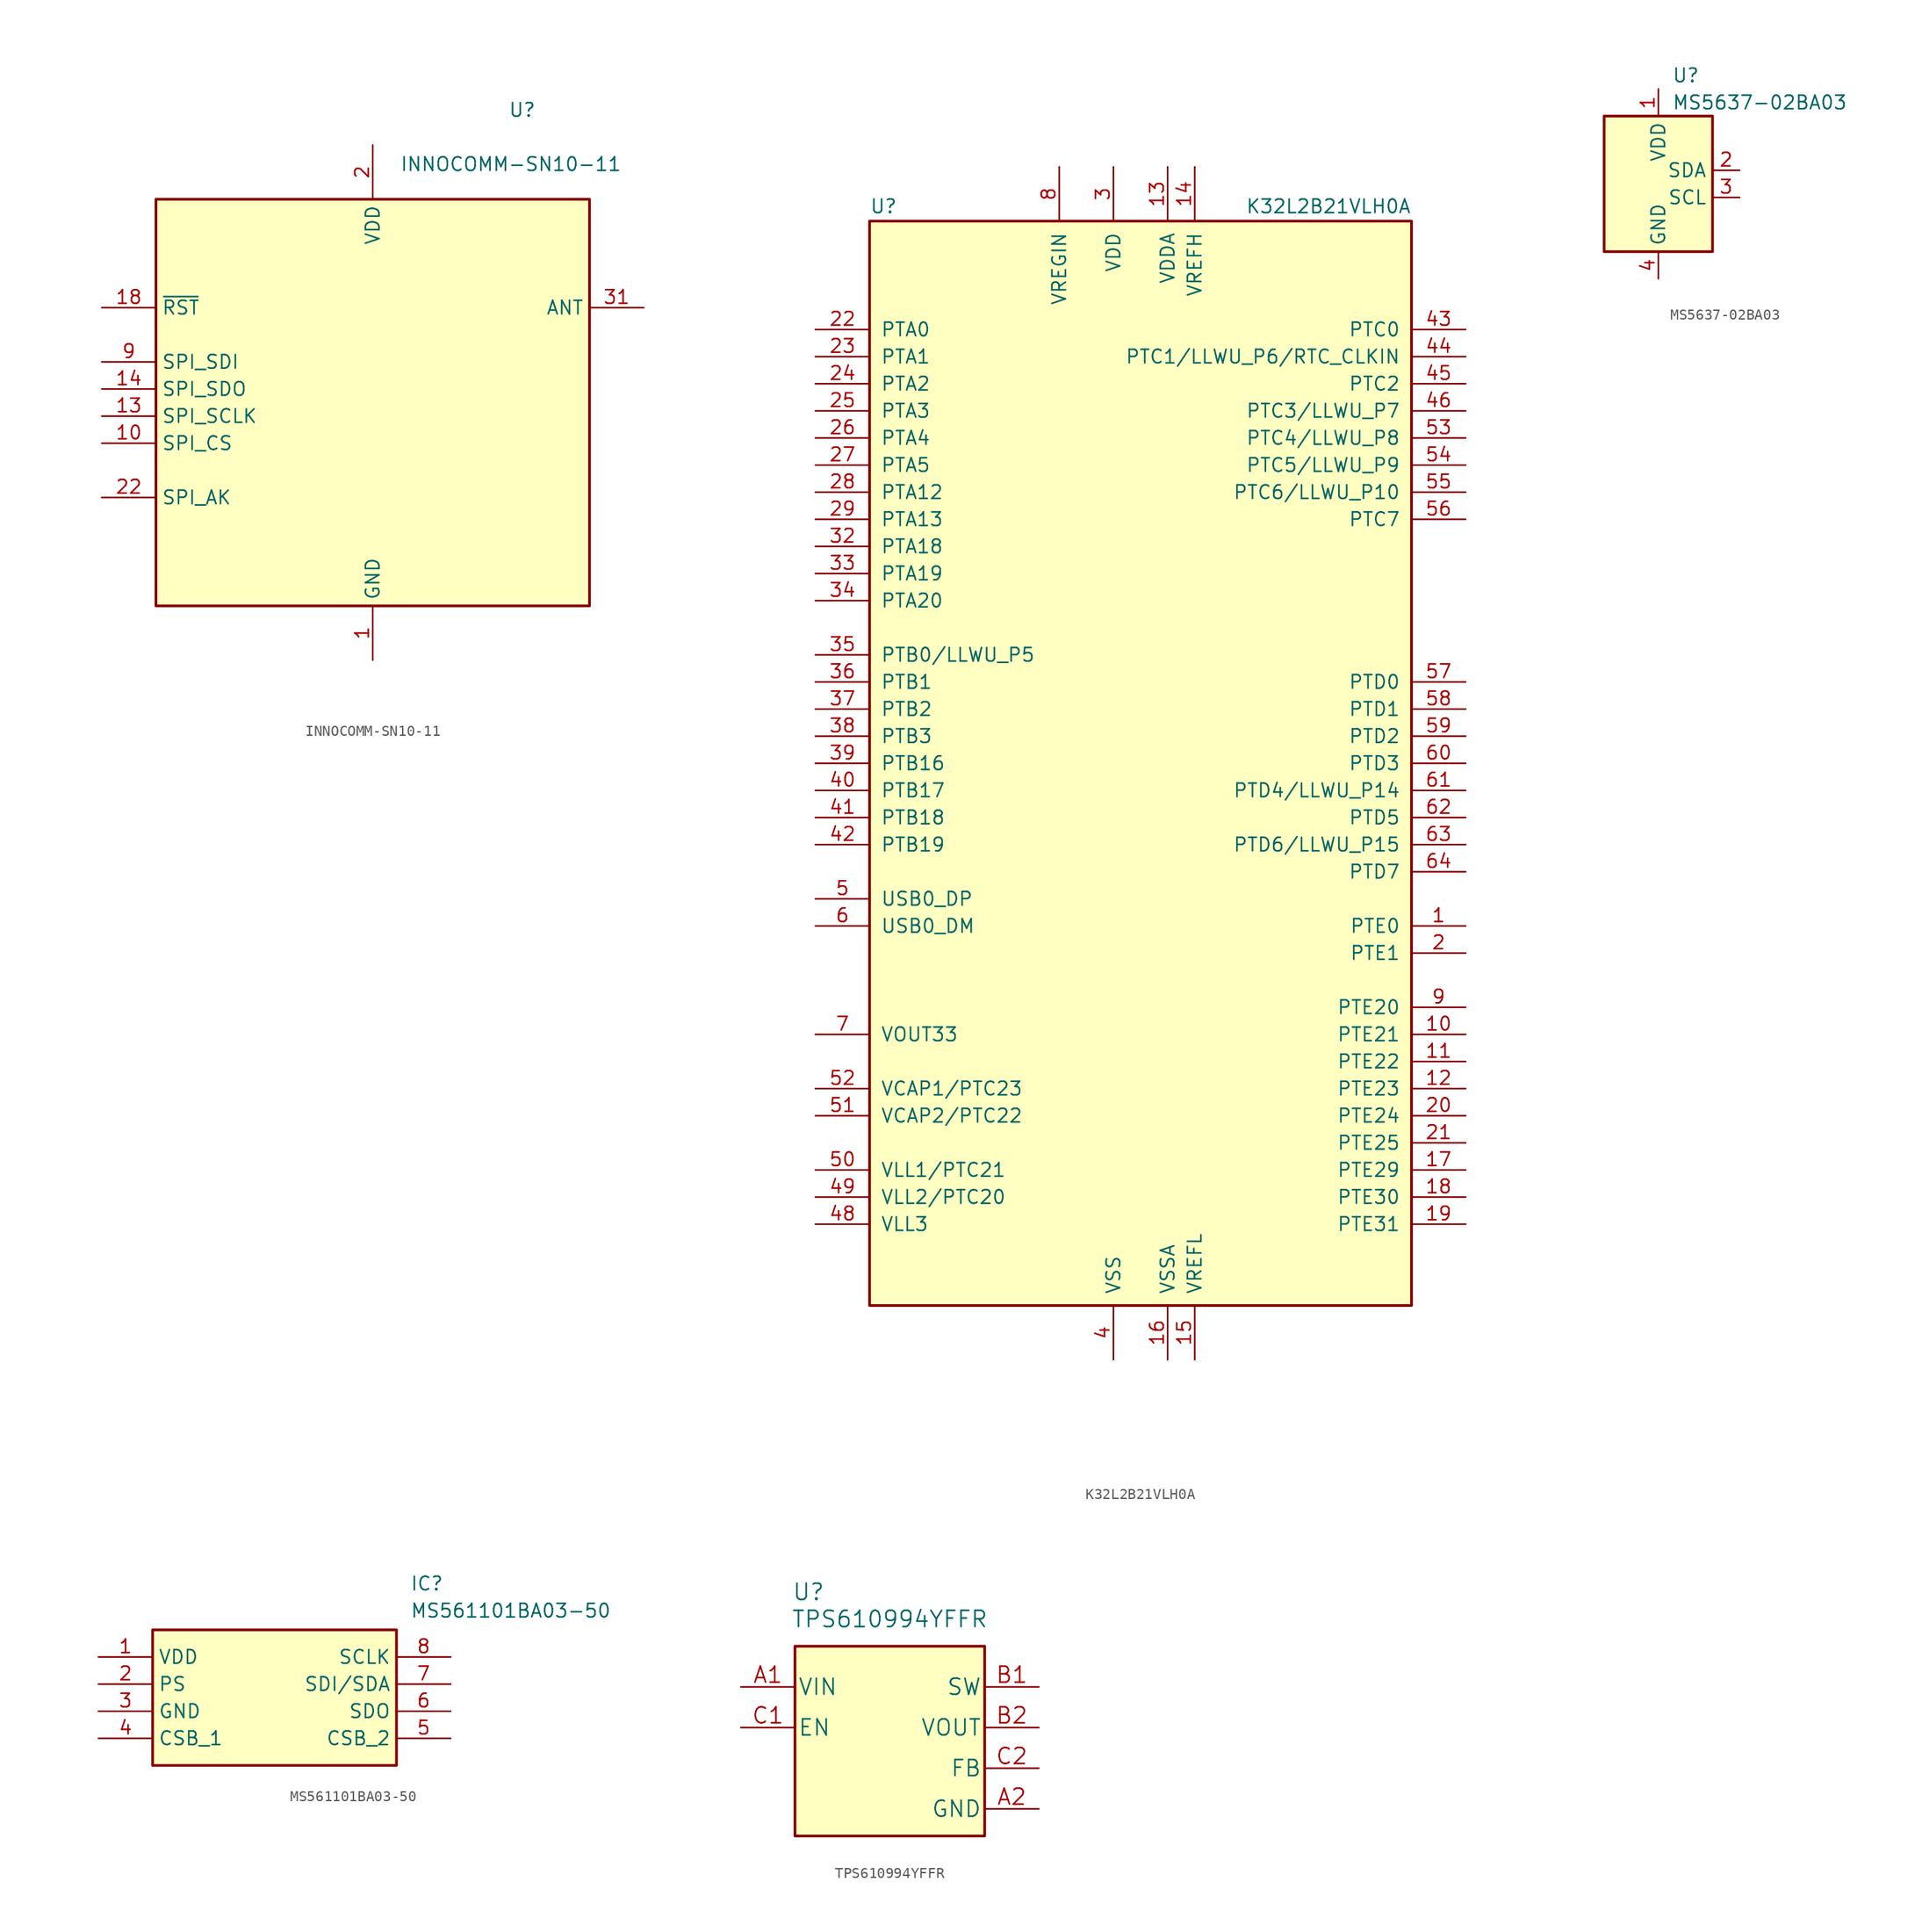
<source format=kicad_sym>
(kicad_symbol_lib
  (version 20220914)
  (generator kicad_symbol_editor)
  (symbol "INNOCOMM-SN10-11"
    (property "Reference" "U"
      (at 12.7 25.4 0)
      (effects (font (size 1.27 1.27)) (justify left bottom)))
    (property "Value" "INNOCOMM-SN10-11"
      (at 2.54 20.32 0)
      (effects (font (size 1.27 1.27)) (justify left bottom)))
    (symbol "INNOCOMM-SN10-11_0_1"
      (rectangle (start -20.32 17.78) (end 20.32 -20.32) (stroke (width 0.254) (type solid)) (fill (type background))))
    (symbol "INNOCOMM-SN10-11_1_0"
      (pin power_in line (at 0 -25.4 90) (length 5.08) (name "GND" (effects (font (size 1.27 1.27)))) (number "1" (effects (font (size 1.27 1.27)))))
      (pin bidirectional line (at -25.4 -5.08 0) (length 5.08) (name "SPI_CS" (effects (font (size 1.27 1.27)))) (number "10" (effects (font (size 1.27 1.27)))))
      (pin power_in line (at 0 -25.4 90) (length 5.08) hide (name "GND" (effects (font (size 1.27 1.27)))) (number "11" (effects (font (size 1.27 1.27)))))
      (pin power_in line (at 0 -25.4 90) (length 5.08) hide (name "GND" (effects (font (size 1.27 1.27)))) (number "12" (effects (font (size 1.27 1.27)))))
      (pin bidirectional line (at -25.4 -2.54 0) (length 5.08) (name "SPI_SCLK" (effects (font (size 1.27 1.27)))) (number "13" (effects (font (size 1.27 1.27)))))
      (pin output line (at -25.4 0 0) (length 5.08) (name "SPI_SDO" (effects (font (size 1.27 1.27)))) (number "14" (effects (font (size 1.27 1.27)))))
      (pin no_connect line (at 5.08 12.7 180) (length 5.08) hide (name "RESERVED" (effects (font (size 1.27 1.27)))) (number "15" (effects (font (size 1.27 1.27)))))
      (pin no_connect line (at 5.08 7.62 180) (length 5.08) hide (name "RESERVED" (effects (font (size 1.27 1.27)))) (number "16" (effects (font (size 1.27 1.27)))))
      (pin no_connect line (at 5.08 10.16 180) (length 5.08) hide (name "RESERVED" (effects (font (size 1.27 1.27)))) (number "17" (effects (font (size 1.27 1.27)))))
      (pin bidirectional line (at -25.4 7.62 0) (length 5.08) (name "~{RST}" (effects (font (size 1.27 1.27)))) (number "18" (effects (font (size 1.27 1.27)))))
      (pin no_connect line (at 5.08 -12.7 180) (length 5.08) hide (name "RESERVED" (effects (font (size 1.27 1.27)))) (number "19" (effects (font (size 1.27 1.27)))))
      (pin power_in line (at 0 22.86 270) (length 5.08) (name "VDD" (effects (font (size 1.27 1.27)))) (number "2" (effects (font (size 1.27 1.27)))))
      (pin no_connect line (at 5.08 -10.16 180) (length 5.08) hide (name "RESERVED" (effects (font (size 1.27 1.27)))) (number "20" (effects (font (size 1.27 1.27)))))
      (pin power_in line (at 0 -25.4 90) (length 5.08) hide (name "GND" (effects (font (size 1.27 1.27)))) (number "21" (effects (font (size 1.27 1.27)))))
      (pin bidirectional line (at -25.4 -10.16 0) (length 5.08) (name "SPI_AK" (effects (font (size 1.27 1.27)))) (number "22" (effects (font (size 1.27 1.27)))))
      (pin no_connect line (at 5.08 -7.62 180) (length 5.08) hide (name "RESERVED" (effects (font (size 1.27 1.27)))) (number "23" (effects (font (size 1.27 1.27)))))
      (pin no_connect line (at 5.08 -5.08 180) (length 5.08) hide (name "RESERVED" (effects (font (size 1.27 1.27)))) (number "24" (effects (font (size 1.27 1.27)))))
      (pin no_connect line (at 5.08 -2.54 180) (length 5.08) hide (name "RESERVED" (effects (font (size 1.27 1.27)))) (number "25" (effects (font (size 1.27 1.27)))))
      (pin no_connect line (at 5.08 0 180) (length 5.08) hide (name "RESERVED" (effects (font (size 1.27 1.27)))) (number "26" (effects (font (size 1.27 1.27)))))
      (pin power_in line (at 0 -25.4 90) (length 5.08) hide (name "GND" (effects (font (size 1.27 1.27)))) (number "27" (effects (font (size 1.27 1.27)))))
      (pin no_connect line (at 5.08 2.54 180) (length 5.08) hide (name "RESERVED" (effects (font (size 1.27 1.27)))) (number "28" (effects (font (size 1.27 1.27)))))
      (pin no_connect line (at 5.08 5.08 180) (length 5.08) hide (name "RESERVED" (effects (font (size 1.27 1.27)))) (number "29" (effects (font (size 1.27 1.27)))))
      (pin power_in line (at 0 -25.4 90) (length 5.08) hide (name "GND" (effects (font (size 1.27 1.27)))) (number "3" (effects (font (size 1.27 1.27)))))
      (pin power_in line (at 0 -25.4 90) (length 5.08) hide (name "GND" (effects (font (size 1.27 1.27)))) (number "30" (effects (font (size 1.27 1.27)))))
      (pin bidirectional line (at 25.4 7.62 180) (length 5.08) (name "ANT" (effects (font (size 1.27 1.27)))) (number "31" (effects (font (size 1.27 1.27)))))
      (pin power_in line (at 0 -25.4 90) (length 5.08) hide (name "GND" (effects (font (size 1.27 1.27)))) (number "32" (effects (font (size 1.27 1.27)))))
      (pin power_in line (at 0 -25.4 90) (length 5.08) hide (name "GND" (effects (font (size 1.27 1.27)))) (number "4" (effects (font (size 1.27 1.27)))))
      (pin power_in line (at 0 -25.4 90) (length 5.08) hide (name "GND" (effects (font (size 1.27 1.27)))) (number "5" (effects (font (size 1.27 1.27)))))
      (pin power_in line (at 0 -25.4 90) (length 5.08) hide (name "GND" (effects (font (size 1.27 1.27)))) (number "6" (effects (font (size 1.27 1.27)))))
      (pin power_in line (at 0 -25.4 90) (length 5.08) hide (name "GND" (effects (font (size 1.27 1.27)))) (number "7" (effects (font (size 1.27 1.27)))))
      (pin power_in line (at 0 -25.4 90) (length 5.08) hide (name "GND" (effects (font (size 1.27 1.27)))) (number "8" (effects (font (size 1.27 1.27)))))
      (pin input line (at -25.4 2.54 0) (length 5.08) (name "SPI_SDI" (effects (font (size 1.27 1.27)))) (number "9" (effects (font (size 1.27 1.27)))))))
  (symbol "K32L2B21VLH0A"
    (pin_names
      (offset 1.016))
    (property "Reference" "U"
      (at -25.4 51.435 0)
      (effects (font (size 1.27 1.27)) (justify left bottom)))
    (property "Value" "K32L2B21VLH0A"
      (at 25.4 51.435 0)
      (effects (font (size 1.27 1.27)) (justify right bottom)))
    (symbol "K32L2B21VLH0A_0_1"
      (rectangle (start -25.4 50.8) (end 25.4 -50.8) (stroke (width 0.254) (type solid)) (fill (type background))))
    (symbol "K32L2B21VLH0A_1_1"
      (pin bidirectional line (at 30.48 -15.24 180) (length 5.08) (name "PTE0" (effects (font (size 1.27 1.27)))) (number "1" (effects (font (size 1.27 1.27)))))
      (pin bidirectional line (at 30.48 -25.4 180) (length 5.08) (name "PTE21" (effects (font (size 1.27 1.27)))) (number "10" (effects (font (size 1.27 1.27)))))
      (pin bidirectional line (at 30.48 -27.94 180) (length 5.08) (name "PTE22" (effects (font (size 1.27 1.27)))) (number "11" (effects (font (size 1.27 1.27)))))
      (pin bidirectional line (at 30.48 -30.48 180) (length 5.08) (name "PTE23" (effects (font (size 1.27 1.27)))) (number "12" (effects (font (size 1.27 1.27)))))
      (pin power_in line (at 2.54 55.88 270) (length 5.08) (name "VDDA" (effects (font (size 1.27 1.27)))) (number "13" (effects (font (size 1.27 1.27)))))
      (pin power_in line (at 5.08 55.88 270) (length 5.08) (name "VREFH" (effects (font (size 1.27 1.27)))) (number "14" (effects (font (size 1.27 1.27)))))
      (pin power_in line (at 5.08 -55.88 90) (length 5.08) (name "VREFL" (effects (font (size 1.27 1.27)))) (number "15" (effects (font (size 1.27 1.27)))))
      (pin power_in line (at 2.54 -55.88 90) (length 5.08) (name "VSSA" (effects (font (size 1.27 1.27)))) (number "16" (effects (font (size 1.27 1.27)))))
      (pin bidirectional line (at 30.48 -38.1 180) (length 5.08) (name "PTE29" (effects (font (size 1.27 1.27)))) (number "17" (effects (font (size 1.27 1.27)))))
      (pin bidirectional line (at 30.48 -40.64 180) (length 5.08) (name "PTE30" (effects (font (size 1.27 1.27)))) (number "18" (effects (font (size 1.27 1.27)))))
      (pin bidirectional line (at 30.48 -43.18 180) (length 5.08) (name "PTE31" (effects (font (size 1.27 1.27)))) (number "19" (effects (font (size 1.27 1.27)))))
      (pin bidirectional line (at 30.48 -17.78 180) (length 5.08) (name "PTE1" (effects (font (size 1.27 1.27)))) (number "2" (effects (font (size 1.27 1.27)))))
      (pin bidirectional line (at 30.48 -33.02 180) (length 5.08) (name "PTE24" (effects (font (size 1.27 1.27)))) (number "20" (effects (font (size 1.27 1.27)))))
      (pin bidirectional line (at 30.48 -35.56 180) (length 5.08) (name "PTE25" (effects (font (size 1.27 1.27)))) (number "21" (effects (font (size 1.27 1.27)))))
      (pin bidirectional line (at -30.48 40.64 0) (length 5.08) (name "PTA0" (effects (font (size 1.27 1.27)))) (number "22" (effects (font (size 1.27 1.27)))))
      (pin bidirectional line (at -30.48 38.1 0) (length 5.08) (name "PTA1" (effects (font (size 1.27 1.27)))) (number "23" (effects (font (size 1.27 1.27)))))
      (pin bidirectional line (at -30.48 35.56 0) (length 5.08) (name "PTA2" (effects (font (size 1.27 1.27)))) (number "24" (effects (font (size 1.27 1.27)))))
      (pin bidirectional line (at -30.48 33.02 0) (length 5.08) (name "PTA3" (effects (font (size 1.27 1.27)))) (number "25" (effects (font (size 1.27 1.27)))))
      (pin bidirectional line (at -30.48 30.48 0) (length 5.08) (name "PTA4" (effects (font (size 1.27 1.27)))) (number "26" (effects (font (size 1.27 1.27)))))
      (pin bidirectional line (at -30.48 27.94 0) (length 5.08) (name "PTA5" (effects (font (size 1.27 1.27)))) (number "27" (effects (font (size 1.27 1.27)))))
      (pin bidirectional line (at -30.48 25.4 0) (length 5.08) (name "PTA12" (effects (font (size 1.27 1.27)))) (number "28" (effects (font (size 1.27 1.27)))))
      (pin bidirectional line (at -30.48 22.86 0) (length 5.08) (name "PTA13" (effects (font (size 1.27 1.27)))) (number "29" (effects (font (size 1.27 1.27)))))
      (pin power_in line (at -2.54 55.88 270) (length 5.08) (name "VDD" (effects (font (size 1.27 1.27)))) (number "3" (effects (font (size 1.27 1.27)))))
      (pin passive line (at -2.54 55.88 270) (length 5.08) hide (name "VDD" (effects (font (size 1.27 1.27)))) (number "30" (effects (font (size 1.27 1.27)))))
      (pin passive line (at -2.54 -55.88 90) (length 5.08) hide (name "VSS" (effects (font (size 1.27 1.27)))) (number "31" (effects (font (size 1.27 1.27)))))
      (pin bidirectional line (at -30.48 20.32 0) (length 5.08) (name "PTA18" (effects (font (size 1.27 1.27)))) (number "32" (effects (font (size 1.27 1.27)))))
      (pin bidirectional line (at -30.48 17.78 0) (length 5.08) (name "PTA19" (effects (font (size 1.27 1.27)))) (number "33" (effects (font (size 1.27 1.27)))))
      (pin bidirectional line (at -30.48 15.24 0) (length 5.08) (name "PTA20" (effects (font (size 1.27 1.27)))) (number "34" (effects (font (size 1.27 1.27)))))
      (pin bidirectional line (at -30.48 10.16 0) (length 5.08) (name "PTB0/LLWU_P5" (effects (font (size 1.27 1.27)))) (number "35" (effects (font (size 1.27 1.27)))))
      (pin bidirectional line (at -30.48 7.62 0) (length 5.08) (name "PTB1" (effects (font (size 1.27 1.27)))) (number "36" (effects (font (size 1.27 1.27)))))
      (pin bidirectional line (at -30.48 5.08 0) (length 5.08) (name "PTB2" (effects (font (size 1.27 1.27)))) (number "37" (effects (font (size 1.27 1.27)))))
      (pin bidirectional line (at -30.48 2.54 0) (length 5.08) (name "PTB3" (effects (font (size 1.27 1.27)))) (number "38" (effects (font (size 1.27 1.27)))))
      (pin bidirectional line (at -30.48 0 0) (length 5.08) (name "PTB16" (effects (font (size 1.27 1.27)))) (number "39" (effects (font (size 1.27 1.27)))))
      (pin power_in line (at -2.54 -55.88 90) (length 5.08) (name "VSS" (effects (font (size 1.27 1.27)))) (number "4" (effects (font (size 1.27 1.27)))))
      (pin bidirectional line (at -30.48 -2.54 0) (length 5.08) (name "PTB17" (effects (font (size 1.27 1.27)))) (number "40" (effects (font (size 1.27 1.27)))))
      (pin bidirectional line (at -30.48 -5.08 0) (length 5.08) (name "PTB18" (effects (font (size 1.27 1.27)))) (number "41" (effects (font (size 1.27 1.27)))))
      (pin bidirectional line (at -30.48 -7.62 0) (length 5.08) (name "PTB19" (effects (font (size 1.27 1.27)))) (number "42" (effects (font (size 1.27 1.27)))))
      (pin bidirectional line (at 30.48 40.64 180) (length 5.08) (name "PTC0" (effects (font (size 1.27 1.27)))) (number "43" (effects (font (size 1.27 1.27)))))
      (pin bidirectional line (at 30.48 38.1 180) (length 5.08) (name "PTC1/LLWU_P6/RTC_CLKIN" (effects (font (size 1.27 1.27)))) (number "44" (effects (font (size 1.27 1.27)))))
      (pin bidirectional line (at 30.48 35.56 180) (length 5.08) (name "PTC2" (effects (font (size 1.27 1.27)))) (number "45" (effects (font (size 1.27 1.27)))))
      (pin bidirectional line (at 30.48 33.02 180) (length 5.08) (name "PTC3/LLWU_P7" (effects (font (size 1.27 1.27)))) (number "46" (effects (font (size 1.27 1.27)))))
      (pin passive line (at -2.54 -55.88 90) (length 5.08) hide (name "VSS" (effects (font (size 1.27 1.27)))) (number "47" (effects (font (size 1.27 1.27)))))
      (pin power_out line (at -30.48 -43.18 0) (length 5.08) (name "VLL3" (effects (font (size 1.27 1.27)))) (number "48" (effects (font (size 1.27 1.27)))))
      (pin power_out line (at -30.48 -40.64 0) (length 5.08) (name "VLL2/PTC20" (effects (font (size 1.27 1.27)))) (number "49" (effects (font (size 1.27 1.27)))))
      (pin bidirectional line (at -30.48 -12.7 0) (length 5.08) (name "USB0_DP" (effects (font (size 1.27 1.27)))) (number "5" (effects (font (size 1.27 1.27)))))
      (pin power_out line (at -30.48 -38.1 0) (length 5.08) (name "VLL1/PTC21" (effects (font (size 1.27 1.27)))) (number "50" (effects (font (size 1.27 1.27)))))
      (pin passive line (at -30.48 -33.02 0) (length 5.08) (name "VCAP2/PTC22" (effects (font (size 1.27 1.27)))) (number "51" (effects (font (size 1.27 1.27)))))
      (pin passive line (at -30.48 -30.48 0) (length 5.08) (name "VCAP1/PTC23" (effects (font (size 1.27 1.27)))) (number "52" (effects (font (size 1.27 1.27)))))
      (pin bidirectional line (at 30.48 30.48 180) (length 5.08) (name "PTC4/LLWU_P8" (effects (font (size 1.27 1.27)))) (number "53" (effects (font (size 1.27 1.27)))))
      (pin bidirectional line (at 30.48 27.94 180) (length 5.08) (name "PTC5/LLWU_P9" (effects (font (size 1.27 1.27)))) (number "54" (effects (font (size 1.27 1.27)))))
      (pin bidirectional line (at 30.48 25.4 180) (length 5.08) (name "PTC6/LLWU_P10" (effects (font (size 1.27 1.27)))) (number "55" (effects (font (size 1.27 1.27)))))
      (pin bidirectional line (at 30.48 22.86 180) (length 5.08) (name "PTC7" (effects (font (size 1.27 1.27)))) (number "56" (effects (font (size 1.27 1.27)))))
      (pin bidirectional line (at 30.48 7.62 180) (length 5.08) (name "PTD0" (effects (font (size 1.27 1.27)))) (number "57" (effects (font (size 1.27 1.27)))))
      (pin bidirectional line (at 30.48 5.08 180) (length 5.08) (name "PTD1" (effects (font (size 1.27 1.27)))) (number "58" (effects (font (size 1.27 1.27)))))
      (pin bidirectional line (at 30.48 2.54 180) (length 5.08) (name "PTD2" (effects (font (size 1.27 1.27)))) (number "59" (effects (font (size 1.27 1.27)))))
      (pin bidirectional line (at -30.48 -15.24 0) (length 5.08) (name "USB0_DM" (effects (font (size 1.27 1.27)))) (number "6" (effects (font (size 1.27 1.27)))))
      (pin bidirectional line (at 30.48 0 180) (length 5.08) (name "PTD3" (effects (font (size 1.27 1.27)))) (number "60" (effects (font (size 1.27 1.27)))))
      (pin bidirectional line (at 30.48 -2.54 180) (length 5.08) (name "PTD4/LLWU_P14" (effects (font (size 1.27 1.27)))) (number "61" (effects (font (size 1.27 1.27)))))
      (pin bidirectional line (at 30.48 -5.08 180) (length 5.08) (name "PTD5" (effects (font (size 1.27 1.27)))) (number "62" (effects (font (size 1.27 1.27)))))
      (pin bidirectional line (at 30.48 -7.62 180) (length 5.08) (name "PTD6/LLWU_P15" (effects (font (size 1.27 1.27)))) (number "63" (effects (font (size 1.27 1.27)))))
      (pin bidirectional line (at 30.48 -10.16 180) (length 5.08) (name "PTD7" (effects (font (size 1.27 1.27)))) (number "64" (effects (font (size 1.27 1.27)))))
      (pin power_out line (at -30.48 -25.4 0) (length 5.08) (name "VOUT33" (effects (font (size 1.27 1.27)))) (number "7" (effects (font (size 1.27 1.27)))))
      (pin power_in line (at -7.62 55.88 270) (length 5.08) (name "VREGIN" (effects (font (size 1.27 1.27)))) (number "8" (effects (font (size 1.27 1.27)))))
      (pin bidirectional line (at 30.48 -22.86 180) (length 5.08) (name "PTE20" (effects (font (size 1.27 1.27)))) (number "9" (effects (font (size 1.27 1.27)))))))
  (symbol "MS5637-02BA03"
    (property "Reference" "U"
      (at 1.27 10.16 0)
      (effects (font (size 1.27 1.27)) (justify left)))
    (property "Value" "MS5637-02BA03"
      (at 1.27 7.62 0)
      (effects (font (size 1.27 1.27)) (justify left)))
    (symbol "MS5637-02BA03_0_1"
      (rectangle (start -5.08 6.35) (end 5.08 -6.35) (stroke (width 0.254) (type default)) (fill (type background))))
    (symbol "MS5637-02BA03_1_1"
      (pin power_in line (at 0 8.89 270) (length 2.54) (name "VDD" (effects (font (size 1.27 1.27)))) (number "1" (effects (font (size 1.27 1.27)))))
      (pin bidirectional line (at 7.62 1.27 180) (length 2.54) (name "SDA" (effects (font (size 1.27 1.27)))) (number "2" (effects (font (size 1.27 1.27)))))
      (pin passive line (at 7.62 -1.27 180) (length 2.54) (name "SCL" (effects (font (size 1.27 1.27)))) (number "3" (effects (font (size 1.27 1.27)))))
      (pin power_in line (at 0 -8.89 90) (length 2.54) (name "GND" (effects (font (size 1.27 1.27)))) (number "4" (effects (font (size 1.27 1.27)))))))
  (symbol "MS561101BA03-50"
    (property "Reference" "IC"
      (at 29.21 7.62 0)
      (effects (font (size 1.27 1.27)) (justify left top)))
    (property "Value" "MS561101BA03-50"
      (at 29.21 5.08 0)
      (effects (font (size 1.27 1.27)) (justify left top)))
    (symbol "MS561101BA03-50_1_1"
      (rectangle (start 5.08 2.54) (end 27.94 -10.16) (stroke (width 0.254) (type default)) (fill (type background)))
      (pin power_in line (at 0 0 0) (length 5.08) (name "VDD" (effects (font (size 1.27 1.27)))) (number "1" (effects (font (size 1.27 1.27)))))
      (pin input line (at 0 -2.54 0) (length 5.08) (name "PS" (effects (font (size 1.27 1.27)))) (number "2" (effects (font (size 1.27 1.27)))))
      (pin power_in line (at 0 -5.08 0) (length 5.08) (name "GND" (effects (font (size 1.27 1.27)))) (number "3" (effects (font (size 1.27 1.27)))))
      (pin input line (at 0 -7.62 0) (length 5.08) (name "CSB_1" (effects (font (size 1.27 1.27)))) (number "4" (effects (font (size 1.27 1.27)))))
      (pin input line (at 33.02 -7.62 180) (length 5.08) (name "CSB_2" (effects (font (size 1.27 1.27)))) (number "5" (effects (font (size 1.27 1.27)))))
      (pin output line (at 33.02 -5.08 180) (length 5.08) (name "SDO" (effects (font (size 1.27 1.27)))) (number "6" (effects (font (size 1.27 1.27)))))
      (pin bidirectional line (at 33.02 -2.54 180) (length 5.08) (name "SDI/SDA" (effects (font (size 1.27 1.27)))) (number "7" (effects (font (size 1.27 1.27)))))
      (pin input line (at 33.02 0 180) (length 5.08) (name "SCLK" (effects (font (size 1.27 1.27)))) (number "8" (effects (font (size 1.27 1.27)))))))
  (symbol "TPS610994YFFR"
    (pin_names
      (offset 0.254))
    (property "Reference" "U"
      (at -7.62 13.97 0)
      (effects (font (size 1.524 1.524))))
    (property "Value" "TPS610994YFFR"
      (at 0 11.43 0)
      (effects (font (size 1.524 1.524))))
    (property "Datasheet" ""
      (at 0 0 0)
      (effects (font (size 1.524 1.524))))
    (symbol "TPS610994YFFR_1_1"
      (rectangle (start -8.89 8.89) (end 8.89 -8.89) (stroke (width 0.254) (type default)) (fill (type background)))
      (pin power_in line (at -13.97 5.08 0) (length 5.08) (name "VIN" (effects (font (size 1.499 1.499)))) (number "A1" (effects (font (size 1.499 1.499)))))
      (pin power_in line (at 13.97 -6.35 180) (length 5.08) (name "GND" (effects (font (size 1.499 1.499)))) (number "A2" (effects (font (size 1.499 1.499)))))
      (pin passive line (at 13.97 5.08 180) (length 5.08) (name "SW" (effects (font (size 1.499 1.499)))) (number "B1" (effects (font (size 1.499 1.499)))))
      (pin power_out line (at 13.97 1.27 180) (length 5.08) (name "VOUT" (effects (font (size 1.499 1.499)))) (number "B2" (effects (font (size 1.499 1.499)))))
      (pin input line (at -13.97 1.27 0) (length 5.08) (name "EN" (effects (font (size 1.499 1.499)))) (number "C1" (effects (font (size 1.499 1.499)))))
      (pin input line (at 13.97 -2.54 180) (length 5.08) (name "FB" (effects (font (size 1.499 1.499)))) (number "C2" (effects (font (size 1.499 1.499))))))))
</source>
